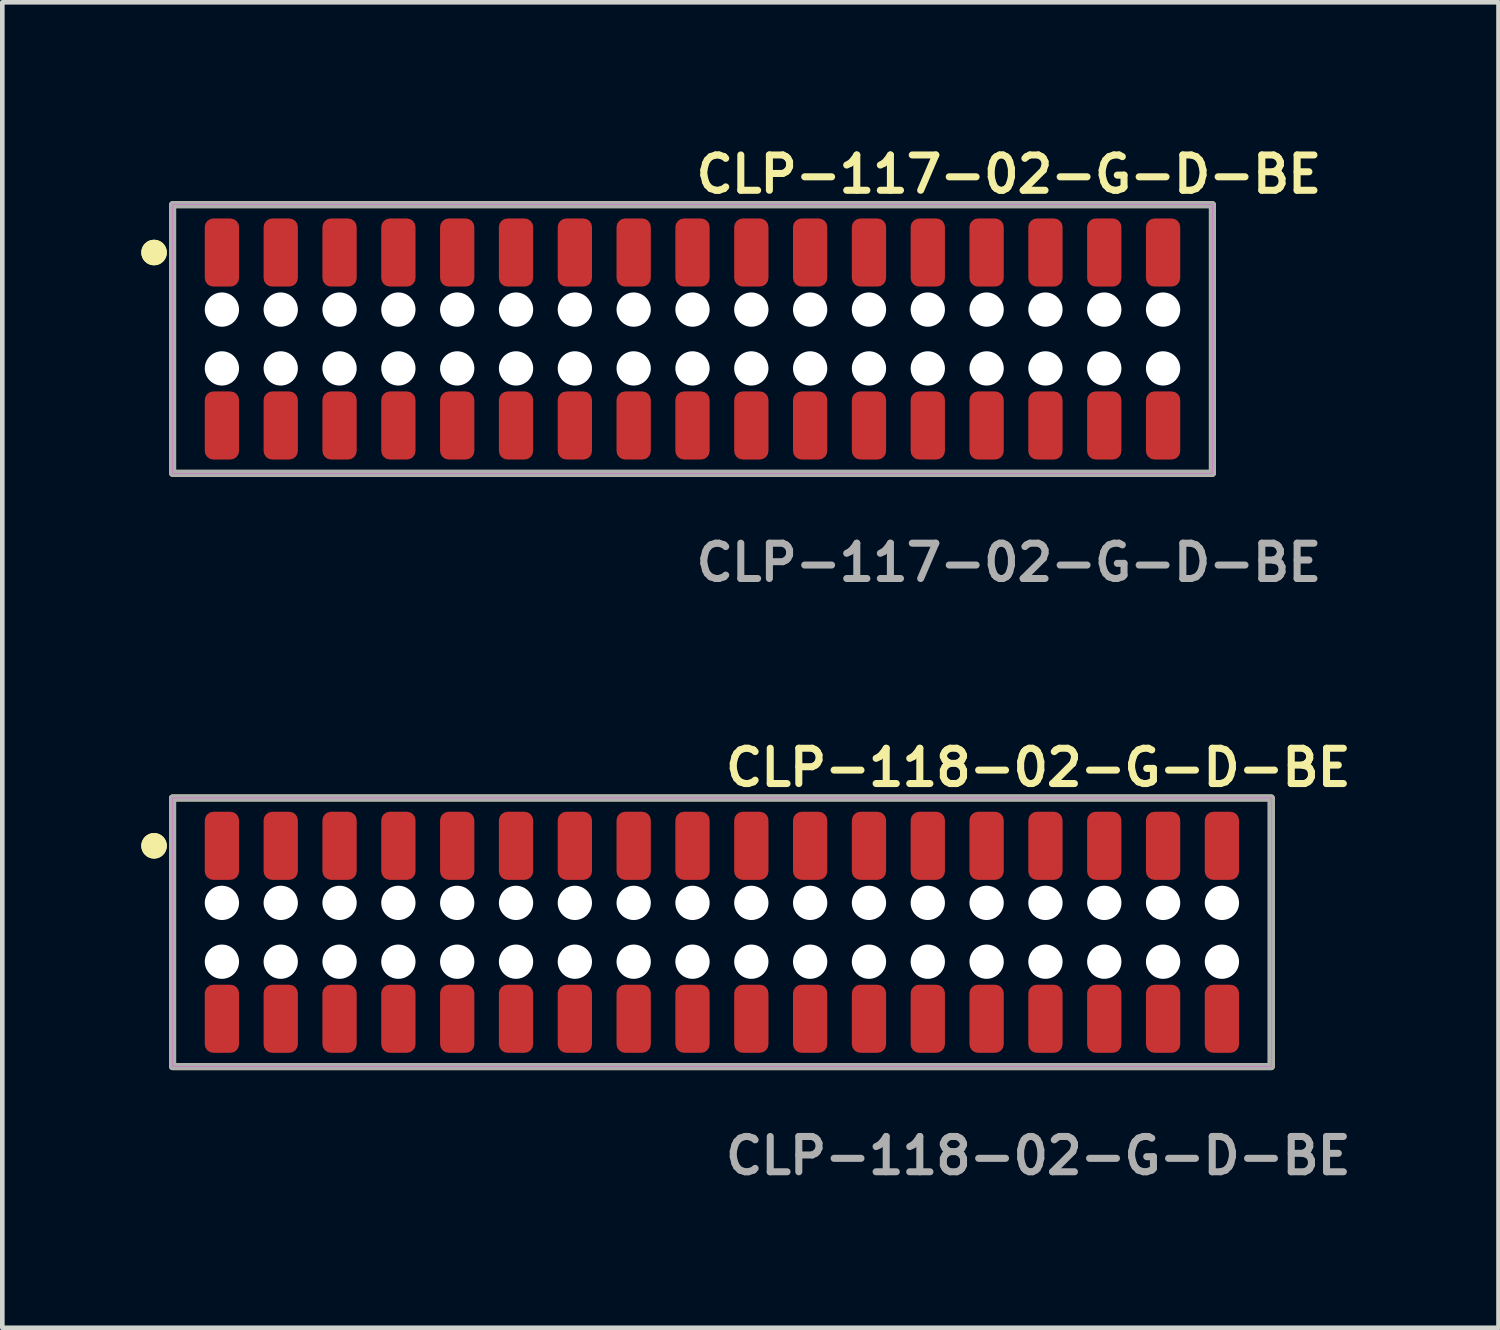
<source format=kicad_pcb>
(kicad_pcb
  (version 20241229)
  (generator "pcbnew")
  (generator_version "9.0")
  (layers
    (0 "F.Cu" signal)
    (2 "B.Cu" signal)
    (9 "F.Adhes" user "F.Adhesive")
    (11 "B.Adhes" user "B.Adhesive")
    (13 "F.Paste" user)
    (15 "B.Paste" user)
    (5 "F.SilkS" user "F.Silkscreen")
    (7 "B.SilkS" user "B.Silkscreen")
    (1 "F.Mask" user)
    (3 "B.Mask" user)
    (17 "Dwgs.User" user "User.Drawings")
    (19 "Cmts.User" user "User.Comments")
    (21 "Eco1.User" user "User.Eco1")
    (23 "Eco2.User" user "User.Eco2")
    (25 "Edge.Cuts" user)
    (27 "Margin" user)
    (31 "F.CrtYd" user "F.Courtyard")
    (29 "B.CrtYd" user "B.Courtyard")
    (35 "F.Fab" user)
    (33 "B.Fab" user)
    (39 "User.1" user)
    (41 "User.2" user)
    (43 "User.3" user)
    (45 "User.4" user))
  (footprint "CLP-117-02-G-D-BE"
    (layer "F.Cu")
    (at 11.901 4.269)
    (property "Reference" "CLP-117-02-G-D-BE" (at 0 -3.556 0) (unlocked yes) (layer "F.SilkS") (effects (font (size 0.762 0.762) (thickness 0.152)) (justify left)))
    (fp_rect (start -11.225 2.9) (end 11.225 -2.9) (stroke (width 0.152) (type solid)) (fill no) (layer "F.SilkS"))
    (fp_circle (center -11.625 -1.867) (end -11.825 -1.867) (stroke (width 0.152) (type solid)) (fill yes) (layer "F.SilkS"))
    (fp_circle (center -11.625 -1.867) (end -11.825 -1.867) (stroke (width 0.152) (type solid)) (fill yes) (layer "F.SilkS"))
    (fp_rect (start -11.225 2.9) (end 11.225 -2.9) (stroke (width 0.006) (type solid)) (fill no) (layer "F.CrtYd"))
    (fp_rect (start -11.225 2.9) (end 11.225 -2.9) (stroke (width 0.152) (type solid)) (fill no) (layer "F.Fab"))
    (fp_text user "${REFERENCE}" (at 0 4.826 0) (unlocked yes) (layer "F.Fab") (effects (font (size 0.762 0.762) (thickness 0.152)) (justify left)))
    (pad "" np_thru_hole circle (at -10.16 -0.635) (size 0.74 0.74) (drill 0.74) (layers "*.Cu" "*.Mask"))
    (pad "" np_thru_hole circle (at -10.16 0.635) (size 0.74 0.74) (drill 0.74) (layers "*.Cu" "*.Mask"))
    (pad "" np_thru_hole circle (at -8.89 -0.635) (size 0.74 0.74) (drill 0.74) (layers "*.Cu" "*.Mask"))
    (pad "" np_thru_hole circle (at -8.89 0.635) (size 0.74 0.74) (drill 0.74) (layers "*.Cu" "*.Mask"))
    (pad "" np_thru_hole circle (at -7.62 -0.635) (size 0.74 0.74) (drill 0.74) (layers "*.Cu" "*.Mask"))
    (pad "" np_thru_hole circle (at -7.62 0.635) (size 0.74 0.74) (drill 0.74) (layers "*.Cu" "*.Mask"))
    (pad "" np_thru_hole circle (at -6.35 -0.635) (size 0.74 0.74) (drill 0.74) (layers "*.Cu" "*.Mask"))
    (pad "" np_thru_hole circle (at -6.35 0.635) (size 0.74 0.74) (drill 0.74) (layers "*.Cu" "*.Mask"))
    (pad "" np_thru_hole circle (at -5.08 -0.635) (size 0.74 0.74) (drill 0.74) (layers "*.Cu" "*.Mask"))
    (pad "" np_thru_hole circle (at -5.08 0.635) (size 0.74 0.74) (drill 0.74) (layers "*.Cu" "*.Mask"))
    (pad "" np_thru_hole circle (at -3.81 -0.635) (size 0.74 0.74) (drill 0.74) (layers "*.Cu" "*.Mask"))
    (pad "" np_thru_hole circle (at -3.81 0.635) (size 0.74 0.74) (drill 0.74) (layers "*.Cu" "*.Mask"))
    (pad "" np_thru_hole circle (at -2.54 -0.635) (size 0.74 0.74) (drill 0.74) (layers "*.Cu" "*.Mask"))
    (pad "" np_thru_hole circle (at -2.54 0.635) (size 0.74 0.74) (drill 0.74) (layers "*.Cu" "*.Mask"))
    (pad "" np_thru_hole circle (at -1.27 -0.635) (size 0.74 0.74) (drill 0.74) (layers "*.Cu" "*.Mask"))
    (pad "" np_thru_hole circle (at -1.27 0.635) (size 0.74 0.74) (drill 0.74) (layers "*.Cu" "*.Mask"))
    (pad "" np_thru_hole circle (at 0 -0.635) (size 0.74 0.74) (drill 0.74) (layers "*.Cu" "*.Mask"))
    (pad "" np_thru_hole circle (at 0 0.635) (size 0.74 0.74) (drill 0.74) (layers "*.Cu" "*.Mask"))
    (pad "" np_thru_hole circle (at 1.27 -0.635) (size 0.74 0.74) (drill 0.74) (layers "*.Cu" "*.Mask"))
    (pad "" np_thru_hole circle (at 1.27 0.635) (size 0.74 0.74) (drill 0.74) (layers "*.Cu" "*.Mask"))
    (pad "" np_thru_hole circle (at 2.54 -0.635) (size 0.74 0.74) (drill 0.74) (layers "*.Cu" "*.Mask"))
    (pad "" np_thru_hole circle (at 2.54 0.635) (size 0.74 0.74) (drill 0.74) (layers "*.Cu" "*.Mask"))
    (pad "" np_thru_hole circle (at 3.81 -0.635) (size 0.74 0.74) (drill 0.74) (layers "*.Cu" "*.Mask"))
    (pad "" np_thru_hole circle (at 3.81 0.635) (size 0.74 0.74) (drill 0.74) (layers "*.Cu" "*.Mask"))
    (pad "" np_thru_hole circle (at 5.08 -0.635) (size 0.74 0.74) (drill 0.74) (layers "*.Cu" "*.Mask"))
    (pad "" np_thru_hole circle (at 5.08 0.635) (size 0.74 0.74) (drill 0.74) (layers "*.Cu" "*.Mask"))
    (pad "" np_thru_hole circle (at 6.35 -0.635) (size 0.74 0.74) (drill 0.74) (layers "*.Cu" "*.Mask"))
    (pad "" np_thru_hole circle (at 6.35 0.635) (size 0.74 0.74) (drill 0.74) (layers "*.Cu" "*.Mask"))
    (pad "" np_thru_hole circle (at 7.62 -0.635) (size 0.74 0.74) (drill 0.74) (layers "*.Cu" "*.Mask"))
    (pad "" np_thru_hole circle (at 7.62 0.635) (size 0.74 0.74) (drill 0.74) (layers "*.Cu" "*.Mask"))
    (pad "" np_thru_hole circle (at 8.89 -0.635) (size 0.74 0.74) (drill 0.74) (layers "*.Cu" "*.Mask"))
    (pad "" np_thru_hole circle (at 8.89 0.635) (size 0.74 0.74) (drill 0.74) (layers "*.Cu" "*.Mask"))
    (pad "" np_thru_hole circle (at 10.16 -0.635) (size 0.74 0.74) (drill 0.74) (layers "*.Cu" "*.Mask"))
    (pad "" np_thru_hole circle (at 10.16 0.635) (size 0.74 0.74) (drill 0.74) (layers "*.Cu" "*.Mask"))
    (pad "1" smd roundrect (at -10.16 -1.867) (size 0.74 1.47) (layers "F.Cu" "F.Paste") (roundrect_rratio 0.25))
    (pad "2" smd roundrect (at -10.16 1.867) (size 0.74 1.47) (layers "F.Cu" "F.Paste") (roundrect_rratio 0.25))
    (pad "3" smd roundrect (at -8.89 -1.867) (size 0.74 1.47) (layers "F.Cu" "F.Paste") (roundrect_rratio 0.25))
    (pad "4" smd roundrect (at -8.89 1.867) (size 0.74 1.47) (layers "F.Cu" "F.Paste") (roundrect_rratio 0.25))
    (pad "5" smd roundrect (at -7.62 -1.867) (size 0.74 1.47) (layers "F.Cu" "F.Paste") (roundrect_rratio 0.25))
    (pad "6" smd roundrect (at -7.62 1.867) (size 0.74 1.47) (layers "F.Cu" "F.Paste") (roundrect_rratio 0.25))
    (pad "7" smd roundrect (at -6.35 -1.867) (size 0.74 1.47) (layers "F.Cu" "F.Paste") (roundrect_rratio 0.25))
    (pad "8" smd roundrect (at -6.35 1.867) (size 0.74 1.47) (layers "F.Cu" "F.Paste") (roundrect_rratio 0.25))
    (pad "9" smd roundrect (at -5.08 -1.867) (size 0.74 1.47) (layers "F.Cu" "F.Paste") (roundrect_rratio 0.25))
    (pad "10" smd roundrect (at -5.08 1.867) (size 0.74 1.47) (layers "F.Cu" "F.Paste") (roundrect_rratio 0.25))
    (pad "11" smd roundrect (at -3.81 -1.867) (size 0.74 1.47) (layers "F.Cu" "F.Paste") (roundrect_rratio 0.25))
    (pad "12" smd roundrect (at -3.81 1.867) (size 0.74 1.47) (layers "F.Cu" "F.Paste") (roundrect_rratio 0.25))
    (pad "13" smd roundrect (at -2.54 -1.867) (size 0.74 1.47) (layers "F.Cu" "F.Paste") (roundrect_rratio 0.25))
    (pad "14" smd roundrect (at -2.54 1.867) (size 0.74 1.47) (layers "F.Cu" "F.Paste") (roundrect_rratio 0.25))
    (pad "15" smd roundrect (at -1.27 -1.867) (size 0.74 1.47) (layers "F.Cu" "F.Paste") (roundrect_rratio 0.25))
    (pad "16" smd roundrect (at -1.27 1.867) (size 0.74 1.47) (layers "F.Cu" "F.Paste") (roundrect_rratio 0.25))
    (pad "17" smd roundrect (at 0 -1.867) (size 0.74 1.47) (layers "F.Cu" "F.Paste") (roundrect_rratio 0.25))
    (pad "18" smd roundrect (at 0 1.867) (size 0.74 1.47) (layers "F.Cu" "F.Paste") (roundrect_rratio 0.25))
    (pad "19" smd roundrect (at 1.27 -1.867) (size 0.74 1.47) (layers "F.Cu" "F.Paste") (roundrect_rratio 0.25))
    (pad "20" smd roundrect (at 1.27 1.867) (size 0.74 1.47) (layers "F.Cu" "F.Paste") (roundrect_rratio 0.25))
    (pad "21" smd roundrect (at 2.54 -1.867) (size 0.74 1.47) (layers "F.Cu" "F.Paste") (roundrect_rratio 0.25))
    (pad "22" smd roundrect (at 2.54 1.867) (size 0.74 1.47) (layers "F.Cu" "F.Paste") (roundrect_rratio 0.25))
    (pad "23" smd roundrect (at 3.81 -1.867) (size 0.74 1.47) (layers "F.Cu" "F.Paste") (roundrect_rratio 0.25))
    (pad "24" smd roundrect (at 3.81 1.867) (size 0.74 1.47) (layers "F.Cu" "F.Paste") (roundrect_rratio 0.25))
    (pad "25" smd roundrect (at 5.08 -1.867) (size 0.74 1.47) (layers "F.Cu" "F.Paste") (roundrect_rratio 0.25))
    (pad "26" smd roundrect (at 5.08 1.867) (size 0.74 1.47) (layers "F.Cu" "F.Paste") (roundrect_rratio 0.25))
    (pad "27" smd roundrect (at 6.35 -1.867) (size 0.74 1.47) (layers "F.Cu" "F.Paste") (roundrect_rratio 0.25))
    (pad "28" smd roundrect (at 6.35 1.867) (size 0.74 1.47) (layers "F.Cu" "F.Paste") (roundrect_rratio 0.25))
    (pad "29" smd roundrect (at 7.62 -1.867) (size 0.74 1.47) (layers "F.Cu" "F.Paste") (roundrect_rratio 0.25))
    (pad "30" smd roundrect (at 7.62 1.867) (size 0.74 1.47) (layers "F.Cu" "F.Paste") (roundrect_rratio 0.25))
    (pad "31" smd roundrect (at 8.89 -1.867) (size 0.74 1.47) (layers "F.Cu" "F.Paste") (roundrect_rratio 0.25))
    (pad "32" smd roundrect (at 8.89 1.867) (size 0.74 1.47) (layers "F.Cu" "F.Paste") (roundrect_rratio 0.25))
    (pad "33" smd roundrect (at 10.16 -1.867) (size 0.74 1.47) (layers "F.Cu" "F.Paste") (roundrect_rratio 0.25))
    (pad "34" smd roundrect (at 10.16 1.867) (size 0.74 1.47) (layers "F.Cu" "F.Paste") (roundrect_rratio 0.25)))
  (footprint "CLP-118-02-G-D-BE"
    (layer "F.Cu")
    (at 12.536 17.078)
    (property "Reference" "CLP-118-02-G-D-BE" (at 0 -3.556 0) (unlocked yes) (layer "F.SilkS") (effects (font (size 0.762 0.762) (thickness 0.152)) (justify left)))
    (fp_rect (start -11.86 2.9) (end 11.86 -2.9) (stroke (width 0.152) (type solid)) (fill no) (layer "F.SilkS"))
    (fp_circle (center -12.26 -1.867) (end -12.46 -1.867) (stroke (width 0.152) (type solid)) (fill yes) (layer "F.SilkS"))
    (fp_circle (center -12.26 -1.867) (end -12.46 -1.867) (stroke (width 0.152) (type solid)) (fill yes) (layer "F.SilkS"))
    (fp_rect (start -11.86 2.9) (end 11.86 -2.9) (stroke (width 0.006) (type solid)) (fill no) (layer "F.CrtYd"))
    (fp_rect (start -11.86 2.9) (end 11.86 -2.9) (stroke (width 0.152) (type solid)) (fill no) (layer "F.Fab"))
    (fp_text user "${REFERENCE}" (at 0 4.826 0) (unlocked yes) (layer "F.Fab") (effects (font (size 0.762 0.762) (thickness 0.152)) (justify left)))
    (pad "" np_thru_hole circle (at -10.795 -0.635) (size 0.74 0.74) (drill 0.74) (layers "*.Cu" "*.Mask"))
    (pad "" np_thru_hole circle (at -10.795 0.635) (size 0.74 0.74) (drill 0.74) (layers "*.Cu" "*.Mask"))
    (pad "" np_thru_hole circle (at -9.525 -0.635) (size 0.74 0.74) (drill 0.74) (layers "*.Cu" "*.Mask"))
    (pad "" np_thru_hole circle (at -9.525 0.635) (size 0.74 0.74) (drill 0.74) (layers "*.Cu" "*.Mask"))
    (pad "" np_thru_hole circle (at -8.255 -0.635) (size 0.74 0.74) (drill 0.74) (layers "*.Cu" "*.Mask"))
    (pad "" np_thru_hole circle (at -8.255 0.635) (size 0.74 0.74) (drill 0.74) (layers "*.Cu" "*.Mask"))
    (pad "" np_thru_hole circle (at -6.985 -0.635) (size 0.74 0.74) (drill 0.74) (layers "*.Cu" "*.Mask"))
    (pad "" np_thru_hole circle (at -6.985 0.635) (size 0.74 0.74) (drill 0.74) (layers "*.Cu" "*.Mask"))
    (pad "" np_thru_hole circle (at -5.715 -0.635) (size 0.74 0.74) (drill 0.74) (layers "*.Cu" "*.Mask"))
    (pad "" np_thru_hole circle (at -5.715 0.635) (size 0.74 0.74) (drill 0.74) (layers "*.Cu" "*.Mask"))
    (pad "" np_thru_hole circle (at -4.445 -0.635) (size 0.74 0.74) (drill 0.74) (layers "*.Cu" "*.Mask"))
    (pad "" np_thru_hole circle (at -4.445 0.635) (size 0.74 0.74) (drill 0.74) (layers "*.Cu" "*.Mask"))
    (pad "" np_thru_hole circle (at -3.175 -0.635) (size 0.74 0.74) (drill 0.74) (layers "*.Cu" "*.Mask"))
    (pad "" np_thru_hole circle (at -3.175 0.635) (size 0.74 0.74) (drill 0.74) (layers "*.Cu" "*.Mask"))
    (pad "" np_thru_hole circle (at -1.905 -0.635) (size 0.74 0.74) (drill 0.74) (layers "*.Cu" "*.Mask"))
    (pad "" np_thru_hole circle (at -1.905 0.635) (size 0.74 0.74) (drill 0.74) (layers "*.Cu" "*.Mask"))
    (pad "" np_thru_hole circle (at -0.635 -0.635) (size 0.74 0.74) (drill 0.74) (layers "*.Cu" "*.Mask"))
    (pad "" np_thru_hole circle (at -0.635 0.635) (size 0.74 0.74) (drill 0.74) (layers "*.Cu" "*.Mask"))
    (pad "" np_thru_hole circle (at 0.635 -0.635) (size 0.74 0.74) (drill 0.74) (layers "*.Cu" "*.Mask"))
    (pad "" np_thru_hole circle (at 0.635 0.635) (size 0.74 0.74) (drill 0.74) (layers "*.Cu" "*.Mask"))
    (pad "" np_thru_hole circle (at 1.905 -0.635) (size 0.74 0.74) (drill 0.74) (layers "*.Cu" "*.Mask"))
    (pad "" np_thru_hole circle (at 1.905 0.635) (size 0.74 0.74) (drill 0.74) (layers "*.Cu" "*.Mask"))
    (pad "" np_thru_hole circle (at 3.175 -0.635) (size 0.74 0.74) (drill 0.74) (layers "*.Cu" "*.Mask"))
    (pad "" np_thru_hole circle (at 3.175 0.635) (size 0.74 0.74) (drill 0.74) (layers "*.Cu" "*.Mask"))
    (pad "" np_thru_hole circle (at 4.445 -0.635) (size 0.74 0.74) (drill 0.74) (layers "*.Cu" "*.Mask"))
    (pad "" np_thru_hole circle (at 4.445 0.635) (size 0.74 0.74) (drill 0.74) (layers "*.Cu" "*.Mask"))
    (pad "" np_thru_hole circle (at 5.715 -0.635) (size 0.74 0.74) (drill 0.74) (layers "*.Cu" "*.Mask"))
    (pad "" np_thru_hole circle (at 5.715 0.635) (size 0.74 0.74) (drill 0.74) (layers "*.Cu" "*.Mask"))
    (pad "" np_thru_hole circle (at 6.985 -0.635) (size 0.74 0.74) (drill 0.74) (layers "*.Cu" "*.Mask"))
    (pad "" np_thru_hole circle (at 6.985 0.635) (size 0.74 0.74) (drill 0.74) (layers "*.Cu" "*.Mask"))
    (pad "" np_thru_hole circle (at 8.255 -0.635) (size 0.74 0.74) (drill 0.74) (layers "*.Cu" "*.Mask"))
    (pad "" np_thru_hole circle (at 8.255 0.635) (size 0.74 0.74) (drill 0.74) (layers "*.Cu" "*.Mask"))
    (pad "" np_thru_hole circle (at 9.525 -0.635) (size 0.74 0.74) (drill 0.74) (layers "*.Cu" "*.Mask"))
    (pad "" np_thru_hole circle (at 9.525 0.635) (size 0.74 0.74) (drill 0.74) (layers "*.Cu" "*.Mask"))
    (pad "" np_thru_hole circle (at 10.795 -0.635) (size 0.74 0.74) (drill 0.74) (layers "*.Cu" "*.Mask"))
    (pad "" np_thru_hole circle (at 10.795 0.635) (size 0.74 0.74) (drill 0.74) (layers "*.Cu" "*.Mask"))
    (pad "1" smd roundrect (at -10.795 -1.867) (size 0.74 1.47) (layers "F.Cu" "F.Paste") (roundrect_rratio 0.25))
    (pad "2" smd roundrect (at -10.795 1.867) (size 0.74 1.47) (layers "F.Cu" "F.Paste") (roundrect_rratio 0.25))
    (pad "3" smd roundrect (at -9.525 -1.867) (size 0.74 1.47) (layers "F.Cu" "F.Paste") (roundrect_rratio 0.25))
    (pad "4" smd roundrect (at -9.525 1.867) (size 0.74 1.47) (layers "F.Cu" "F.Paste") (roundrect_rratio 0.25))
    (pad "5" smd roundrect (at -8.255 -1.867) (size 0.74 1.47) (layers "F.Cu" "F.Paste") (roundrect_rratio 0.25))
    (pad "6" smd roundrect (at -8.255 1.867) (size 0.74 1.47) (layers "F.Cu" "F.Paste") (roundrect_rratio 0.25))
    (pad "7" smd roundrect (at -6.985 -1.867) (size 0.74 1.47) (layers "F.Cu" "F.Paste") (roundrect_rratio 0.25))
    (pad "8" smd roundrect (at -6.985 1.867) (size 0.74 1.47) (layers "F.Cu" "F.Paste") (roundrect_rratio 0.25))
    (pad "9" smd roundrect (at -5.715 -1.867) (size 0.74 1.47) (layers "F.Cu" "F.Paste") (roundrect_rratio 0.25))
    (pad "10" smd roundrect (at -5.715 1.867) (size 0.74 1.47) (layers "F.Cu" "F.Paste") (roundrect_rratio 0.25))
    (pad "11" smd roundrect (at -4.445 -1.867) (size 0.74 1.47) (layers "F.Cu" "F.Paste") (roundrect_rratio 0.25))
    (pad "12" smd roundrect (at -4.445 1.867) (size 0.74 1.47) (layers "F.Cu" "F.Paste") (roundrect_rratio 0.25))
    (pad "13" smd roundrect (at -3.175 -1.867) (size 0.74 1.47) (layers "F.Cu" "F.Paste") (roundrect_rratio 0.25))
    (pad "14" smd roundrect (at -3.175 1.867) (size 0.74 1.47) (layers "F.Cu" "F.Paste") (roundrect_rratio 0.25))
    (pad "15" smd roundrect (at -1.905 -1.867) (size 0.74 1.47) (layers "F.Cu" "F.Paste") (roundrect_rratio 0.25))
    (pad "16" smd roundrect (at -1.905 1.867) (size 0.74 1.47) (layers "F.Cu" "F.Paste") (roundrect_rratio 0.25))
    (pad "17" smd roundrect (at -0.635 -1.867) (size 0.74 1.47) (layers "F.Cu" "F.Paste") (roundrect_rratio 0.25))
    (pad "18" smd roundrect (at -0.635 1.867) (size 0.74 1.47) (layers "F.Cu" "F.Paste") (roundrect_rratio 0.25))
    (pad "19" smd roundrect (at 0.635 -1.867) (size 0.74 1.47) (layers "F.Cu" "F.Paste") (roundrect_rratio 0.25))
    (pad "20" smd roundrect (at 0.635 1.867) (size 0.74 1.47) (layers "F.Cu" "F.Paste") (roundrect_rratio 0.25))
    (pad "21" smd roundrect (at 1.905 -1.867) (size 0.74 1.47) (layers "F.Cu" "F.Paste") (roundrect_rratio 0.25))
    (pad "22" smd roundrect (at 1.905 1.867) (size 0.74 1.47) (layers "F.Cu" "F.Paste") (roundrect_rratio 0.25))
    (pad "23" smd roundrect (at 3.175 -1.867) (size 0.74 1.47) (layers "F.Cu" "F.Paste") (roundrect_rratio 0.25))
    (pad "24" smd roundrect (at 3.175 1.867) (size 0.74 1.47) (layers "F.Cu" "F.Paste") (roundrect_rratio 0.25))
    (pad "25" smd roundrect (at 4.445 -1.867) (size 0.74 1.47) (layers "F.Cu" "F.Paste") (roundrect_rratio 0.25))
    (pad "26" smd roundrect (at 4.445 1.867) (size 0.74 1.47) (layers "F.Cu" "F.Paste") (roundrect_rratio 0.25))
    (pad "27" smd roundrect (at 5.715 -1.867) (size 0.74 1.47) (layers "F.Cu" "F.Paste") (roundrect_rratio 0.25))
    (pad "28" smd roundrect (at 5.715 1.867) (size 0.74 1.47) (layers "F.Cu" "F.Paste") (roundrect_rratio 0.25))
    (pad "29" smd roundrect (at 6.985 -1.867) (size 0.74 1.47) (layers "F.Cu" "F.Paste") (roundrect_rratio 0.25))
    (pad "30" smd roundrect (at 6.985 1.867) (size 0.74 1.47) (layers "F.Cu" "F.Paste") (roundrect_rratio 0.25))
    (pad "31" smd roundrect (at 8.255 -1.867) (size 0.74 1.47) (layers "F.Cu" "F.Paste") (roundrect_rratio 0.25))
    (pad "32" smd roundrect (at 8.255 1.867) (size 0.74 1.47) (layers "F.Cu" "F.Paste") (roundrect_rratio 0.25))
    (pad "33" smd roundrect (at 9.525 -1.867) (size 0.74 1.47) (layers "F.Cu" "F.Paste") (roundrect_rratio 0.25))
    (pad "34" smd roundrect (at 9.525 1.867) (size 0.74 1.47) (layers "F.Cu" "F.Paste") (roundrect_rratio 0.25))
    (pad "35" smd roundrect (at 10.795 -1.867) (size 0.74 1.47) (layers "F.Cu" "F.Paste") (roundrect_rratio 0.25))
    (pad "36" smd roundrect (at 10.795 1.867) (size 0.74 1.47) (layers "F.Cu" "F.Paste") (roundrect_rratio 0.25)))
  (gr_rect
    (start -3 -3)
    (end 29.303 25.617)
    (stroke (width 0.1) (type default))
    (fill no)
    (layer "Edge.Cuts")))
</source>
